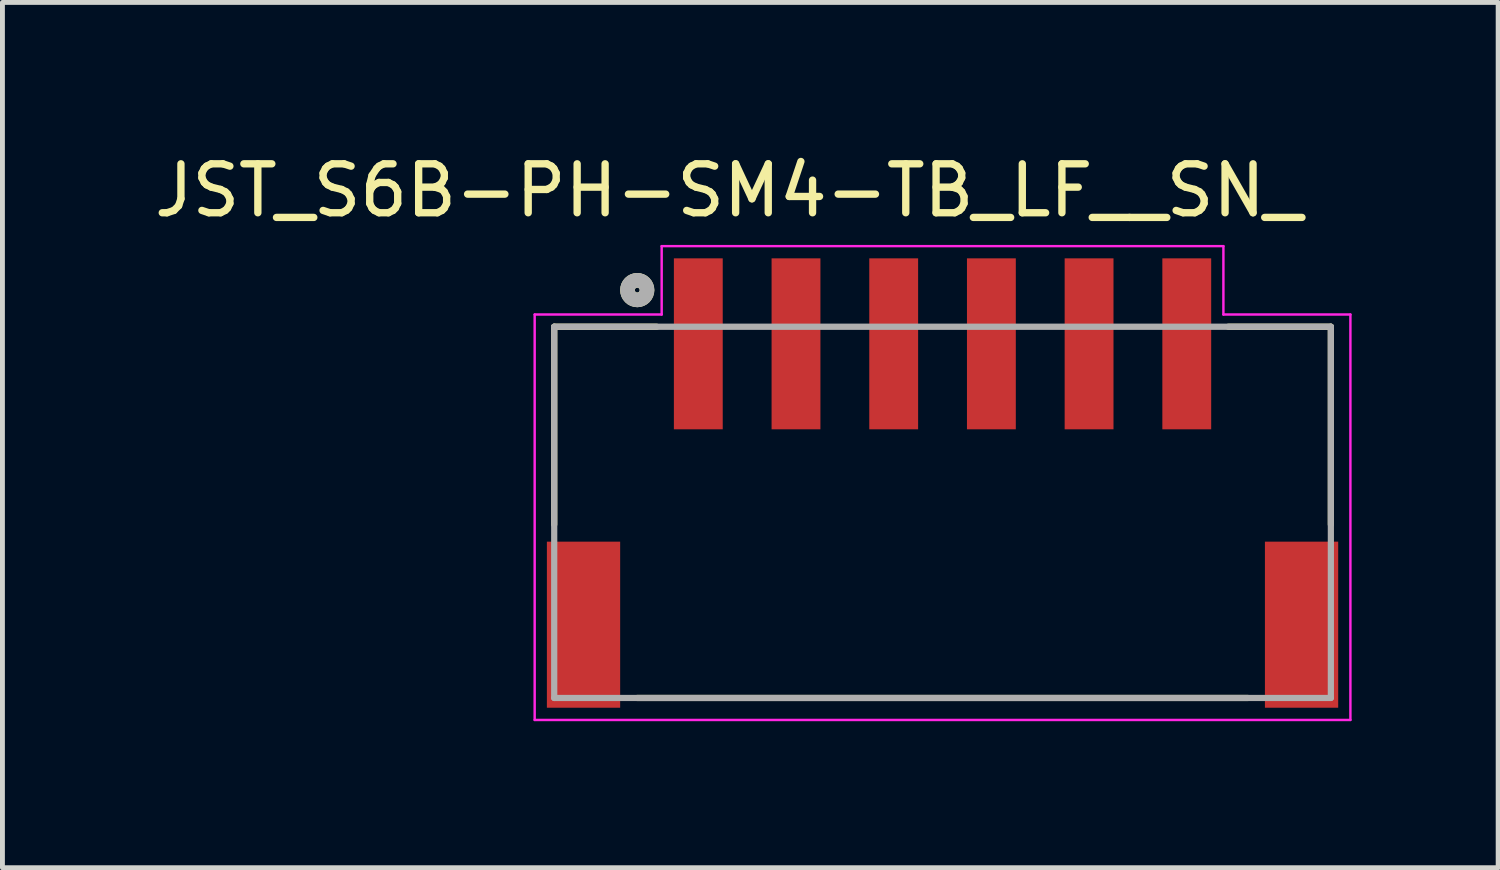
<source format=kicad_pcb>
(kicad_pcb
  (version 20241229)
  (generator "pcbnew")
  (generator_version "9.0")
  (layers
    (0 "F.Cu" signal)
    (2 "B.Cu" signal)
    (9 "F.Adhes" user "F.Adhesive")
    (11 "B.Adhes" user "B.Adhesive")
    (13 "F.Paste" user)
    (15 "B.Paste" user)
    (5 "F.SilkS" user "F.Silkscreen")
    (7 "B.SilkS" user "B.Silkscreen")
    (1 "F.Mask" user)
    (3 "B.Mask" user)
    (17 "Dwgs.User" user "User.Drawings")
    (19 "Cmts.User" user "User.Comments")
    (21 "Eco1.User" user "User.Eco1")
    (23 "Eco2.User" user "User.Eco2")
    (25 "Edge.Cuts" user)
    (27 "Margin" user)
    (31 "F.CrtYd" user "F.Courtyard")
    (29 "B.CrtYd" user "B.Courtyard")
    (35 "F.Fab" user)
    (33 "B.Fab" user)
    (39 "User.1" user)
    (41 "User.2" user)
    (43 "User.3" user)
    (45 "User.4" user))
  (footprint "JST_S6B-PH-SM4-TB_LF__SN_"
    (layer "F.Cu")
    (at 16.246 3.989)
    (property "Reference" "JST_S6B-PH-SM4-TB_LF__SN_" (at -4.379 -3.139 0) (layer "F.SilkS") (effects (font (size 1.002 1.002) (thickness 0.15))))
    (attr smd)
    (fp_line (start -7.95 -0.35) (end -7.95 3.7) (stroke (width 0.127) (type solid)) (layer "F.SilkS"))
    (fp_line (start -6.25 7.25) (end 6.25 7.25) (stroke (width 0.127) (type solid)) (layer "F.SilkS"))
    (fp_line (start -5.85 -0.35) (end -7.95 -0.35) (stroke (width 0.127) (type solid)) (layer "F.SilkS"))
    (fp_line (start 5.85 -0.35) (end 7.95 -0.35) (stroke (width 0.127) (type solid)) (layer "F.SilkS"))
    (fp_line (start 7.95 -0.35) (end 7.95 3.7) (stroke (width 0.127) (type solid)) (layer "F.SilkS"))
    (fp_circle (center -6.25 -1.1) (end -6.2 -1.1) (stroke (width 0.3) (type solid)) (fill no) (layer "F.SilkS"))
    (fp_line (start -8.35 -0.6) (end -5.75 -0.6) (stroke (width 0.05) (type solid)) (layer "F.CrtYd"))
    (fp_line (start -8.35 7.7) (end -8.35 -0.6) (stroke (width 0.05) (type solid)) (layer "F.CrtYd"))
    (fp_line (start -5.75 -2) (end 5.75 -2) (stroke (width 0.05) (type solid)) (layer "F.CrtYd"))
    (fp_line (start -5.75 -0.6) (end -5.75 -2) (stroke (width 0.05) (type solid)) (layer "F.CrtYd"))
    (fp_line (start 5.75 -2) (end 5.75 -0.6) (stroke (width 0.05) (type solid)) (layer "F.CrtYd"))
    (fp_line (start 5.75 -0.6) (end 8.35 -0.6) (stroke (width 0.05) (type solid)) (layer "F.CrtYd"))
    (fp_line (start 8.35 -0.6) (end 8.35 7.7) (stroke (width 0.05) (type solid)) (layer "F.CrtYd"))
    (fp_line (start 8.35 7.7) (end -8.35 7.7) (stroke (width 0.05) (type solid)) (layer "F.CrtYd"))
    (fp_line (start -7.95 -0.35) (end 7.95 -0.35) (stroke (width 0.127) (type solid)) (layer "F.Fab"))
    (fp_line (start -7.95 7.25) (end -7.95 -0.35) (stroke (width 0.127) (type solid)) (layer "F.Fab"))
    (fp_line (start 7.95 -0.35) (end 7.95 7.25) (stroke (width 0.127) (type solid)) (layer "F.Fab"))
    (fp_line (start 7.95 7.25) (end -7.95 7.25) (stroke (width 0.127) (type solid)) (layer "F.Fab"))
    (fp_circle (center -6.25 -1.1) (end -6.2 -1.1) (stroke (width 0.3) (type solid)) (fill no) (layer "F.Fab"))
    (pad "1" smd rect (at -5 0) (size 1 3.5) (layers "F.Cu" "F.Mask" "F.Paste"))
    (pad "2" smd rect (at -3 0) (size 1 3.5) (layers "F.Cu" "F.Mask" "F.Paste"))
    (pad "3" smd rect (at -1 0) (size 1 3.5) (layers "F.Cu" "F.Mask" "F.Paste"))
    (pad "4" smd rect (at 1 0) (size 1 3.5) (layers "F.Cu" "F.Mask" "F.Paste"))
    (pad "5" smd rect (at 3 0) (size 1 3.5) (layers "F.Cu" "F.Mask" "F.Paste"))
    (pad "6" smd rect (at 5 0) (size 1 3.5) (layers "F.Cu" "F.Mask" "F.Paste"))
    (pad "S1" smd rect (at -7.35 5.75) (size 1.5 3.4) (layers "F.Cu" "F.Mask" "F.Paste"))
    (pad "S2" smd rect (at 7.35 5.75) (size 1.5 3.4) (layers "F.Cu" "F.Mask" "F.Paste")))
  (gr_rect
    (start -3 -3)
    (end 27.621 14.714)
    (stroke (width 0.1) (type default))
    (fill no)
    (layer "Edge.Cuts")))
</source>
